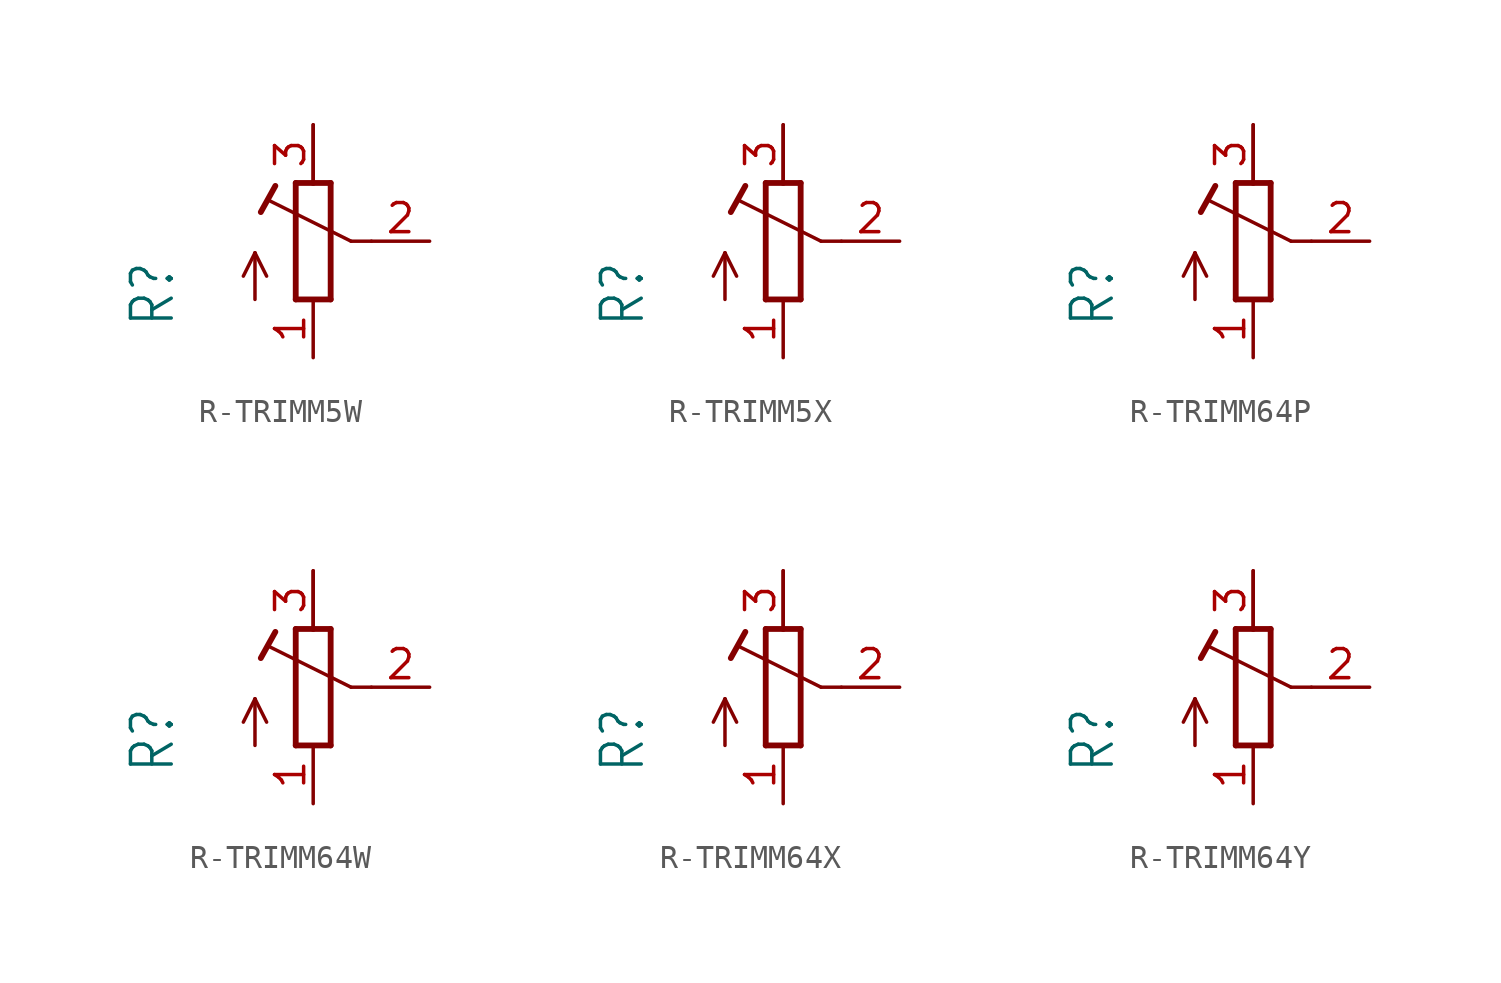
<source format=kicad_sym>
(kicad_symbol_lib
  (version 20231120)
  (generator "kicad_symbol_editor")
  (generator_version "8.0")
  (symbol "R-TRIMM5W"
    (property "Reference" "R"
      (at -5.969 -3.81 90)
      (effects (font (size 1.778 1.511)) (justify left bottom)))
    (property "Value" ""
      (at -3.81 -3.81 90)
      (effects (font (size 1.778 1.511)) (justify left bottom)))
    (property "ki_locked" ""
      (at 0 0 0)
      (effects (font (size 1.27 1.27))))
    (symbol "R-TRIMM5W_1_0"
      (polyline (pts (xy -2.54 -2.54) (xy -2.54 -0.508)) (stroke (width 0.152) (type solid)) (fill (type none)))
      (polyline (pts (xy -2.54 -0.508) (xy -3.048 -1.524)) (stroke (width 0.152) (type solid)) (fill (type none)))
      (polyline (pts (xy -2.54 -0.508) (xy -2.032 -1.524)) (stroke (width 0.152) (type solid)) (fill (type none)))
      (polyline (pts (xy -2.286 1.27) (xy -1.651 2.413)) (stroke (width 0.254) (type solid)) (fill (type none)))
      (polyline (pts (xy -0.762 -2.54) (xy 0.762 -2.54)) (stroke (width 0.254) (type solid)) (fill (type none)))
      (polyline (pts (xy -0.762 2.54) (xy -0.762 -2.54)) (stroke (width 0.254) (type solid)) (fill (type none)))
      (polyline (pts (xy 0 2.54) (xy -0.762 2.54)) (stroke (width 0.254) (type solid)) (fill (type none)))
      (polyline (pts (xy 0 2.54) (xy 0 5.08)) (stroke (width 0.152) (type solid)) (fill (type none)))
      (polyline (pts (xy 0.762 -2.54) (xy 0.762 2.54)) (stroke (width 0.254) (type solid)) (fill (type none)))
      (polyline (pts (xy 0.762 2.54) (xy 0 2.54)) (stroke (width 0.254) (type solid)) (fill (type none)))
      (polyline (pts (xy 1.651 0) (xy -1.88 1.753)) (stroke (width 0.152) (type solid)) (fill (type none)))
      (polyline (pts (xy 2.54 0) (xy 1.651 0)) (stroke (width 0.152) (type solid)) (fill (type none)))
      (pin passive line (at 0 -5.08 90) (length 2.54) (name "A" (effects (font (size 0 0)))) (number "1" (effects (font (size 1.27 1.27)))))
      (pin passive line (at 5.08 0 180) (length 2.54) (name "S" (effects (font (size 0 0)))) (number "2" (effects (font (size 1.27 1.27)))))
      (pin passive line (at 0 5.08 270) (length 2.54) (name "E" (effects (font (size 0 0)))) (number "3" (effects (font (size 1.27 1.27)))))))
  (symbol "R-TRIMM5X"
    (property "Reference" "R"
      (at -5.969 -3.81 90)
      (effects (font (size 1.778 1.511)) (justify left bottom)))
    (property "Value" ""
      (at -3.81 -3.81 90)
      (effects (font (size 1.778 1.511)) (justify left bottom)))
    (property "ki_locked" ""
      (at 0 0 0)
      (effects (font (size 1.27 1.27))))
    (symbol "R-TRIMM5X_1_0"
      (polyline (pts (xy -2.54 -2.54) (xy -2.54 -0.508)) (stroke (width 0.152) (type solid)) (fill (type none)))
      (polyline (pts (xy -2.54 -0.508) (xy -3.048 -1.524)) (stroke (width 0.152) (type solid)) (fill (type none)))
      (polyline (pts (xy -2.54 -0.508) (xy -2.032 -1.524)) (stroke (width 0.152) (type solid)) (fill (type none)))
      (polyline (pts (xy -2.286 1.27) (xy -1.651 2.413)) (stroke (width 0.254) (type solid)) (fill (type none)))
      (polyline (pts (xy -0.762 -2.54) (xy 0.762 -2.54)) (stroke (width 0.254) (type solid)) (fill (type none)))
      (polyline (pts (xy -0.762 2.54) (xy -0.762 -2.54)) (stroke (width 0.254) (type solid)) (fill (type none)))
      (polyline (pts (xy 0 2.54) (xy -0.762 2.54)) (stroke (width 0.254) (type solid)) (fill (type none)))
      (polyline (pts (xy 0 2.54) (xy 0 5.08)) (stroke (width 0.152) (type solid)) (fill (type none)))
      (polyline (pts (xy 0.762 -2.54) (xy 0.762 2.54)) (stroke (width 0.254) (type solid)) (fill (type none)))
      (polyline (pts (xy 0.762 2.54) (xy 0 2.54)) (stroke (width 0.254) (type solid)) (fill (type none)))
      (polyline (pts (xy 1.651 0) (xy -1.88 1.753)) (stroke (width 0.152) (type solid)) (fill (type none)))
      (polyline (pts (xy 2.54 0) (xy 1.651 0)) (stroke (width 0.152) (type solid)) (fill (type none)))
      (pin passive line (at 0 -5.08 90) (length 2.54) (name "A" (effects (font (size 0 0)))) (number "1" (effects (font (size 1.27 1.27)))))
      (pin passive line (at 5.08 0 180) (length 2.54) (name "S" (effects (font (size 0 0)))) (number "2" (effects (font (size 1.27 1.27)))))
      (pin passive line (at 0 5.08 270) (length 2.54) (name "E" (effects (font (size 0 0)))) (number "3" (effects (font (size 1.27 1.27)))))))
  (symbol "R-TRIMM64P"
    (property "Reference" "R"
      (at -5.969 -3.81 90)
      (effects (font (size 1.778 1.511)) (justify left bottom)))
    (property "Value" ""
      (at -3.81 -3.81 90)
      (effects (font (size 1.778 1.511)) (justify left bottom)))
    (property "ki_locked" ""
      (at 0 0 0)
      (effects (font (size 1.27 1.27))))
    (symbol "R-TRIMM64P_1_0"
      (polyline (pts (xy -2.54 -2.54) (xy -2.54 -0.508)) (stroke (width 0.152) (type solid)) (fill (type none)))
      (polyline (pts (xy -2.54 -0.508) (xy -3.048 -1.524)) (stroke (width 0.152) (type solid)) (fill (type none)))
      (polyline (pts (xy -2.54 -0.508) (xy -2.032 -1.524)) (stroke (width 0.152) (type solid)) (fill (type none)))
      (polyline (pts (xy -2.286 1.27) (xy -1.651 2.413)) (stroke (width 0.254) (type solid)) (fill (type none)))
      (polyline (pts (xy -0.762 -2.54) (xy 0.762 -2.54)) (stroke (width 0.254) (type solid)) (fill (type none)))
      (polyline (pts (xy -0.762 2.54) (xy -0.762 -2.54)) (stroke (width 0.254) (type solid)) (fill (type none)))
      (polyline (pts (xy 0 2.54) (xy -0.762 2.54)) (stroke (width 0.254) (type solid)) (fill (type none)))
      (polyline (pts (xy 0 2.54) (xy 0 5.08)) (stroke (width 0.152) (type solid)) (fill (type none)))
      (polyline (pts (xy 0.762 -2.54) (xy 0.762 2.54)) (stroke (width 0.254) (type solid)) (fill (type none)))
      (polyline (pts (xy 0.762 2.54) (xy 0 2.54)) (stroke (width 0.254) (type solid)) (fill (type none)))
      (polyline (pts (xy 1.651 0) (xy -1.88 1.753)) (stroke (width 0.152) (type solid)) (fill (type none)))
      (polyline (pts (xy 2.54 0) (xy 1.651 0)) (stroke (width 0.152) (type solid)) (fill (type none)))
      (pin passive line (at 0 -5.08 90) (length 2.54) (name "A" (effects (font (size 0 0)))) (number "1" (effects (font (size 1.27 1.27)))))
      (pin passive line (at 5.08 0 180) (length 2.54) (name "S" (effects (font (size 0 0)))) (number "2" (effects (font (size 1.27 1.27)))))
      (pin passive line (at 0 5.08 270) (length 2.54) (name "E" (effects (font (size 0 0)))) (number "3" (effects (font (size 1.27 1.27)))))))
  (symbol "R-TRIMM64W"
    (property "Reference" "R"
      (at -5.969 -3.81 90)
      (effects (font (size 1.778 1.511)) (justify left bottom)))
    (property "Value" ""
      (at -3.81 -3.81 90)
      (effects (font (size 1.778 1.511)) (justify left bottom)))
    (property "ki_locked" ""
      (at 0 0 0)
      (effects (font (size 1.27 1.27))))
    (symbol "R-TRIMM64W_1_0"
      (polyline (pts (xy -2.54 -2.54) (xy -2.54 -0.508)) (stroke (width 0.152) (type solid)) (fill (type none)))
      (polyline (pts (xy -2.54 -0.508) (xy -3.048 -1.524)) (stroke (width 0.152) (type solid)) (fill (type none)))
      (polyline (pts (xy -2.54 -0.508) (xy -2.032 -1.524)) (stroke (width 0.152) (type solid)) (fill (type none)))
      (polyline (pts (xy -2.286 1.27) (xy -1.651 2.413)) (stroke (width 0.254) (type solid)) (fill (type none)))
      (polyline (pts (xy -0.762 -2.54) (xy 0.762 -2.54)) (stroke (width 0.254) (type solid)) (fill (type none)))
      (polyline (pts (xy -0.762 2.54) (xy -0.762 -2.54)) (stroke (width 0.254) (type solid)) (fill (type none)))
      (polyline (pts (xy 0 2.54) (xy -0.762 2.54)) (stroke (width 0.254) (type solid)) (fill (type none)))
      (polyline (pts (xy 0 2.54) (xy 0 5.08)) (stroke (width 0.152) (type solid)) (fill (type none)))
      (polyline (pts (xy 0.762 -2.54) (xy 0.762 2.54)) (stroke (width 0.254) (type solid)) (fill (type none)))
      (polyline (pts (xy 0.762 2.54) (xy 0 2.54)) (stroke (width 0.254) (type solid)) (fill (type none)))
      (polyline (pts (xy 1.651 0) (xy -1.88 1.753)) (stroke (width 0.152) (type solid)) (fill (type none)))
      (polyline (pts (xy 2.54 0) (xy 1.651 0)) (stroke (width 0.152) (type solid)) (fill (type none)))
      (pin passive line (at 0 -5.08 90) (length 2.54) (name "A" (effects (font (size 0 0)))) (number "1" (effects (font (size 1.27 1.27)))))
      (pin passive line (at 5.08 0 180) (length 2.54) (name "S" (effects (font (size 0 0)))) (number "2" (effects (font (size 1.27 1.27)))))
      (pin passive line (at 0 5.08 270) (length 2.54) (name "E" (effects (font (size 0 0)))) (number "3" (effects (font (size 1.27 1.27)))))))
  (symbol "R-TRIMM64X"
    (property "Reference" "R"
      (at -5.969 -3.81 90)
      (effects (font (size 1.778 1.511)) (justify left bottom)))
    (property "Value" ""
      (at -3.81 -3.81 90)
      (effects (font (size 1.778 1.511)) (justify left bottom)))
    (property "ki_locked" ""
      (at 0 0 0)
      (effects (font (size 1.27 1.27))))
    (symbol "R-TRIMM64X_1_0"
      (polyline (pts (xy -2.54 -2.54) (xy -2.54 -0.508)) (stroke (width 0.152) (type solid)) (fill (type none)))
      (polyline (pts (xy -2.54 -0.508) (xy -3.048 -1.524)) (stroke (width 0.152) (type solid)) (fill (type none)))
      (polyline (pts (xy -2.54 -0.508) (xy -2.032 -1.524)) (stroke (width 0.152) (type solid)) (fill (type none)))
      (polyline (pts (xy -2.286 1.27) (xy -1.651 2.413)) (stroke (width 0.254) (type solid)) (fill (type none)))
      (polyline (pts (xy -0.762 -2.54) (xy 0.762 -2.54)) (stroke (width 0.254) (type solid)) (fill (type none)))
      (polyline (pts (xy -0.762 2.54) (xy -0.762 -2.54)) (stroke (width 0.254) (type solid)) (fill (type none)))
      (polyline (pts (xy 0 2.54) (xy -0.762 2.54)) (stroke (width 0.254) (type solid)) (fill (type none)))
      (polyline (pts (xy 0 2.54) (xy 0 5.08)) (stroke (width 0.152) (type solid)) (fill (type none)))
      (polyline (pts (xy 0.762 -2.54) (xy 0.762 2.54)) (stroke (width 0.254) (type solid)) (fill (type none)))
      (polyline (pts (xy 0.762 2.54) (xy 0 2.54)) (stroke (width 0.254) (type solid)) (fill (type none)))
      (polyline (pts (xy 1.651 0) (xy -1.88 1.753)) (stroke (width 0.152) (type solid)) (fill (type none)))
      (polyline (pts (xy 2.54 0) (xy 1.651 0)) (stroke (width 0.152) (type solid)) (fill (type none)))
      (pin passive line (at 0 -5.08 90) (length 2.54) (name "A" (effects (font (size 0 0)))) (number "1" (effects (font (size 1.27 1.27)))))
      (pin passive line (at 5.08 0 180) (length 2.54) (name "S" (effects (font (size 0 0)))) (number "2" (effects (font (size 1.27 1.27)))))
      (pin passive line (at 0 5.08 270) (length 2.54) (name "E" (effects (font (size 0 0)))) (number "3" (effects (font (size 1.27 1.27)))))))
  (symbol "R-TRIMM64Y"
    (property "Reference" "R"
      (at -5.969 -3.81 90)
      (effects (font (size 1.778 1.511)) (justify left bottom)))
    (property "Value" ""
      (at -3.81 -3.81 90)
      (effects (font (size 1.778 1.511)) (justify left bottom)))
    (property "ki_locked" ""
      (at 0 0 0)
      (effects (font (size 1.27 1.27))))
    (symbol "R-TRIMM64Y_1_0"
      (polyline (pts (xy -2.54 -2.54) (xy -2.54 -0.508)) (stroke (width 0.152) (type solid)) (fill (type none)))
      (polyline (pts (xy -2.54 -0.508) (xy -3.048 -1.524)) (stroke (width 0.152) (type solid)) (fill (type none)))
      (polyline (pts (xy -2.54 -0.508) (xy -2.032 -1.524)) (stroke (width 0.152) (type solid)) (fill (type none)))
      (polyline (pts (xy -2.286 1.27) (xy -1.651 2.413)) (stroke (width 0.254) (type solid)) (fill (type none)))
      (polyline (pts (xy -0.762 -2.54) (xy 0.762 -2.54)) (stroke (width 0.254) (type solid)) (fill (type none)))
      (polyline (pts (xy -0.762 2.54) (xy -0.762 -2.54)) (stroke (width 0.254) (type solid)) (fill (type none)))
      (polyline (pts (xy 0 2.54) (xy -0.762 2.54)) (stroke (width 0.254) (type solid)) (fill (type none)))
      (polyline (pts (xy 0 2.54) (xy 0 5.08)) (stroke (width 0.152) (type solid)) (fill (type none)))
      (polyline (pts (xy 0.762 -2.54) (xy 0.762 2.54)) (stroke (width 0.254) (type solid)) (fill (type none)))
      (polyline (pts (xy 0.762 2.54) (xy 0 2.54)) (stroke (width 0.254) (type solid)) (fill (type none)))
      (polyline (pts (xy 1.651 0) (xy -1.88 1.753)) (stroke (width 0.152) (type solid)) (fill (type none)))
      (polyline (pts (xy 2.54 0) (xy 1.651 0)) (stroke (width 0.152) (type solid)) (fill (type none)))
      (pin passive line (at 0 -5.08 90) (length 2.54) (name "A" (effects (font (size 0 0)))) (number "1" (effects (font (size 1.27 1.27)))))
      (pin passive line (at 5.08 0 180) (length 2.54) (name "S" (effects (font (size 0 0)))) (number "2" (effects (font (size 1.27 1.27)))))
      (pin passive line (at 0 5.08 270) (length 2.54) (name "E" (effects (font (size 0 0)))) (number "3" (effects (font (size 1.27 1.27))))))))
</source>
